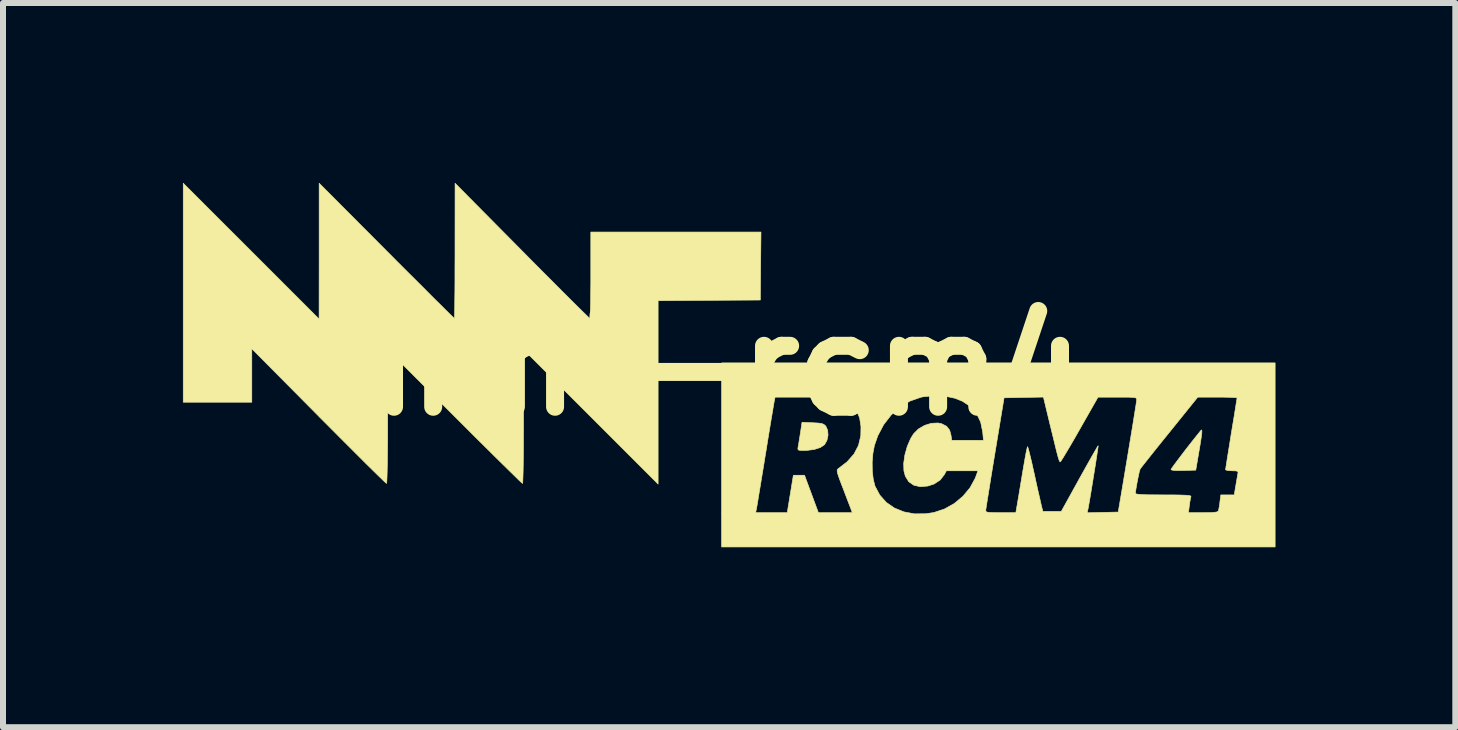
<source format=kicad_pcb>
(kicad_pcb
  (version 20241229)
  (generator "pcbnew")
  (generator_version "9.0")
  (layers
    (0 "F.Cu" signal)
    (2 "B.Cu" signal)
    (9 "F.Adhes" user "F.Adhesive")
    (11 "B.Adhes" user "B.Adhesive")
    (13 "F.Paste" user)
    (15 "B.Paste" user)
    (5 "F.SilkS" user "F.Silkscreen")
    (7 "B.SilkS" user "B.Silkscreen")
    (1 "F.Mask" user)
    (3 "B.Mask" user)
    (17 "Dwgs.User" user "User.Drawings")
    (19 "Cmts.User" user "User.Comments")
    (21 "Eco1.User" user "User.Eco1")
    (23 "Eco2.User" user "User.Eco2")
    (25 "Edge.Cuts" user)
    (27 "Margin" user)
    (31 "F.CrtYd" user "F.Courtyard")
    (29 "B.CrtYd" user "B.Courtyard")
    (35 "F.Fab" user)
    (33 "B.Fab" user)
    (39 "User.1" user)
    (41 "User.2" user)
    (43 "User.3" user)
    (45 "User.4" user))
  (footprint "mnt-rcm4"
    (layer "F.Cu")
    (at 9.107 3.042)
    (property "Reference" "mnt-rcm4" (at 0 0 0) (layer "F.SilkS") (effects (font (size 1.524 1.524) (thickness 0.3))))
    (attr through_hole)
    (fp_poly (pts (xy 7.881 1.095) (xy 7.878 1.142) (xy 7.867 1.221) (xy 7.849 1.336) (xy 7.835 1.418) (xy 7.779 1.746) (xy 7.572 1.752) (xy 7.467 1.753) (xy 7.398 1.749) (xy 7.367 1.739) (xy 7.366 1.736) (xy 7.378 1.715) (xy 7.413 1.666) (xy 7.465 1.596) (xy 7.53 1.51) (xy 7.603 1.414) (xy 7.681 1.314) (xy 7.759 1.215) (xy 7.832 1.124) (xy 7.867 1.081) (xy 7.877 1.076) (xy 7.881 1.095)) (stroke (width 0.01) (type solid)) (fill yes) (layer "F.SilkS"))
    (fp_poly (pts (xy 1.392 0.956) (xy 1.482 0.961) (xy 1.539 0.968) (xy 1.576 0.982) (xy 1.603 1.004) (xy 1.613 1.016) (xy 1.642 1.082) (xy 1.648 1.165) (xy 1.63 1.25) (xy 1.591 1.319) (xy 1.589 1.322) (xy 1.521 1.368) (xy 1.42 1.401) (xy 1.297 1.417) (xy 1.247 1.418) (xy 1.184 1.417) (xy 1.152 1.41) (xy 1.145 1.391) (xy 1.149 1.36) (xy 1.158 1.312) (xy 1.17 1.236) (xy 1.184 1.148) (xy 1.188 1.125) (xy 1.214 0.948) (xy 1.392 0.956)) (stroke (width 0.01) (type solid)) (fill yes) (layer "F.SilkS"))
    (fp_poly (pts (xy -3.454 -1.91) (xy -3.275 -1.729) (xy -3.104 -1.557) (xy -2.943 -1.396) (xy -2.796 -1.248) (xy -2.665 -1.117) (xy -2.551 -1.004) (xy -2.458 -0.912) (xy -2.387 -0.843) (xy -2.342 -0.799) (xy -2.323 -0.783) (xy -2.323 -0.783) (xy -2.319 -0.803) (xy -2.316 -0.861) (xy -2.313 -0.952) (xy -2.31 -1.07) (xy -2.309 -1.211) (xy -2.307 -1.37) (xy -2.307 -1.503) (xy -2.307 -2.223) (xy 0.53 -2.223) (xy 0.524 -1.656) (xy 0.519 -1.09) (xy -0.333 -1.085) (xy -1.185 -1.079) (xy -1.185 1.979) (xy -2.307 0.857) (xy -3.429 -0.264) (xy -3.429 0.852) (xy -3.429 1.065) (xy -3.43 1.265) (xy -3.431 1.447) (xy -3.433 1.608) (xy -3.435 1.745) (xy -3.438 1.852) (xy -3.441 1.927) (xy -3.443 1.964) (xy -3.445 1.968) (xy -3.462 1.954) (xy -3.507 1.912) (xy -3.576 1.844) (xy -3.669 1.753) (xy -3.782 1.642) (xy -3.913 1.513) (xy -4.06 1.367) (xy -4.221 1.208) (xy -4.392 1.037) (xy -4.572 0.857) (xy -4.577 0.852) (xy -5.694 -0.264) (xy -5.694 0.852) (xy -5.694 1.075) (xy -5.695 1.282) (xy -5.697 1.468) (xy -5.699 1.63) (xy -5.702 1.764) (xy -5.705 1.867) (xy -5.708 1.936) (xy -5.712 1.967) (xy -5.713 1.968) (xy -5.73 1.954) (xy -5.775 1.911) (xy -5.845 1.843) (xy -5.938 1.752) (xy -6.051 1.641) (xy -6.182 1.51) (xy -6.328 1.364) (xy -6.488 1.204) (xy -6.659 1.032) (xy -6.839 0.852) (xy -6.845 0.845) (xy -7.959 -0.278) (xy -7.959 0.614) (xy -9.102 0.614) (xy -9.102 -3.037) (xy -7.969 -1.905) (xy -6.837 -0.773) (xy -6.836 -1.905) (xy -6.836 -3.037) (xy -5.713 -1.91) (xy -5.533 -1.729) (xy -5.361 -1.557) (xy -5.2 -1.397) (xy -5.053 -1.25) (xy -4.922 -1.118) (xy -4.808 -1.006) (xy -4.715 -0.913) (xy -4.645 -0.844) (xy -4.599 -0.8) (xy -4.581 -0.783) (xy -4.581 -0.783) (xy -4.58 -0.804) (xy -4.578 -0.863) (xy -4.576 -0.956) (xy -4.575 -1.08) (xy -4.573 -1.231) (xy -4.572 -1.405) (xy -4.572 -1.598) (xy -4.571 -1.806) (xy -4.571 -1.91) (xy -4.57 -3.037) (xy -3.454 -1.91)) (stroke (width 0.01) (type solid)) (fill yes) (layer "F.SilkS"))
    (fp_poly (pts (xy 9.102 3.027) (xy -0.127 3.027) (xy -0.127 2.455) (xy 0.441 2.455) (xy 0.968 2.455) (xy 1.07 1.831) (xy 1.256 1.831) (xy 1.487 2.455) (xy 2.053 2.455) (xy 2.011 2.344) (xy 1.986 2.279) (xy 1.951 2.188) (xy 1.911 2.082) (xy 1.875 1.99) (xy 1.836 1.886) (xy 1.812 1.815) (xy 1.801 1.769) (xy 1.801 1.742) (xy 1.811 1.727) (xy 1.814 1.725) (xy 1.958 1.614) (xy 2.384 1.614) (xy 2.386 1.762) (xy 2.402 1.899) (xy 2.43 2.01) (xy 2.431 2.013) (xy 2.51 2.161) (xy 2.619 2.284) (xy 2.755 2.378) (xy 2.913 2.442) (xy 3.089 2.475) (xy 3.28 2.473) (xy 3.412 2.453) (xy 3.517 2.418) (xy 4.277 2.418) (xy 4.28 2.434) (xy 4.296 2.445) (xy 4.331 2.451) (xy 4.393 2.454) (xy 4.487 2.455) (xy 4.527 2.455) (xy 4.779 2.455) (xy 4.8 2.334) (xy 4.81 2.275) (xy 4.826 2.183) (xy 4.845 2.067) (xy 4.867 1.935) (xy 4.89 1.796) (xy 4.892 1.783) (xy 4.914 1.655) (xy 4.934 1.541) (xy 4.951 1.45) (xy 4.965 1.386) (xy 4.973 1.356) (xy 4.975 1.355) (xy 4.982 1.374) (xy 4.998 1.43) (xy 5.019 1.515) (xy 5.045 1.623) (xy 5.073 1.75) (xy 5.088 1.815) (xy 5.118 1.954) (xy 5.147 2.084) (xy 5.173 2.196) (xy 5.193 2.285) (xy 5.206 2.343) (xy 5.209 2.355) (xy 5.23 2.434) (xy 5.537 2.434) (xy 5.841 1.884) (xy 5.918 1.746) (xy 5.988 1.621) (xy 6.049 1.513) (xy 6.098 1.428) (xy 6.132 1.369) (xy 6.15 1.341) (xy 6.152 1.34) (xy 6.15 1.361) (xy 6.142 1.417) (xy 6.129 1.502) (xy 6.113 1.608) (xy 6.094 1.728) (xy 6.073 1.857) (xy 6.052 1.986) (xy 6.032 2.11) (xy 6.013 2.222) (xy 5.997 2.314) (xy 5.985 2.381) (xy 5.979 2.408) (xy 5.968 2.457) (xy 6.227 2.451) (xy 6.486 2.445) (xy 6.539 2.133) (xy 6.773 2.133) (xy 6.783 2.142) (xy 6.815 2.148) (xy 6.873 2.153) (xy 6.961 2.157) (xy 7.083 2.158) (xy 7.241 2.159) (xy 7.397 2.159) (xy 7.515 2.161) (xy 7.6 2.164) (xy 7.655 2.168) (xy 7.687 2.174) (xy 7.699 2.182) (xy 7.698 2.187) (xy 7.69 2.223) (xy 7.679 2.285) (xy 7.672 2.336) (xy 7.657 2.455) (xy 7.901 2.455) (xy 8.014 2.454) (xy 8.089 2.45) (xy 8.134 2.442) (xy 8.154 2.429) (xy 8.156 2.427) (xy 8.164 2.391) (xy 8.175 2.329) (xy 8.181 2.279) (xy 8.196 2.159) (xy 8.42 2.159) (xy 8.444 2.016) (xy 8.458 1.933) (xy 8.471 1.86) (xy 8.479 1.815) (xy 8.484 1.781) (xy 8.474 1.764) (xy 8.44 1.758) (xy 8.384 1.757) (xy 8.323 1.753) (xy 8.284 1.745) (xy 8.276 1.738) (xy 8.279 1.713) (xy 8.289 1.651) (xy 8.303 1.559) (xy 8.322 1.442) (xy 8.344 1.305) (xy 8.368 1.154) (xy 8.371 1.136) (xy 8.396 0.984) (xy 8.419 0.846) (xy 8.438 0.727) (xy 8.453 0.633) (xy 8.463 0.57) (xy 8.467 0.542) (xy 8.467 0.541) (xy 8.447 0.537) (xy 8.392 0.534) (xy 8.309 0.531) (xy 8.205 0.529) (xy 8.139 0.529) (xy 7.812 0.529) (xy 7.34 1.114) (xy 7.23 1.25) (xy 7.128 1.377) (xy 7.038 1.49) (xy 6.962 1.586) (xy 6.903 1.66) (xy 6.865 1.709) (xy 6.852 1.727) (xy 6.841 1.759) (xy 6.827 1.82) (xy 6.811 1.899) (xy 6.795 1.982) (xy 6.782 2.059) (xy 6.774 2.115) (xy 6.773 2.133) (xy 6.539 2.133) (xy 6.639 1.535) (xy 6.671 1.342) (xy 6.701 1.161) (xy 6.728 0.997) (xy 6.751 0.853) (xy 6.77 0.734) (xy 6.784 0.646) (xy 6.792 0.591) (xy 6.793 0.577) (xy 6.793 0.559) (xy 6.785 0.546) (xy 6.765 0.537) (xy 6.726 0.533) (xy 6.661 0.53) (xy 6.565 0.53) (xy 6.472 0.53) (xy 6.149 0.53) (xy 5.842 1.069) (xy 5.764 1.206) (xy 5.692 1.33) (xy 5.629 1.436) (xy 5.578 1.521) (xy 5.541 1.58) (xy 5.522 1.607) (xy 5.52 1.608) (xy 5.514 1.606) (xy 5.506 1.594) (xy 5.497 1.57) (xy 5.484 1.529) (xy 5.467 1.466) (xy 5.445 1.378) (xy 5.416 1.259) (xy 5.379 1.107) (xy 5.35 0.989) (xy 5.239 0.528) (xy 4.583 0.54) (xy 4.431 1.46) (xy 4.399 1.654) (xy 4.369 1.835) (xy 4.343 1.999) (xy 4.32 2.143) (xy 4.301 2.261) (xy 4.287 2.349) (xy 4.279 2.403) (xy 4.277 2.418) (xy 3.517 2.418) (xy 3.588 2.395) (xy 3.752 2.303) (xy 3.897 2.182) (xy 4.016 2.039) (xy 4.103 1.879) (xy 4.115 1.846) (xy 4.147 1.757) (xy 3.621 1.757) (xy 3.589 1.818) (xy 3.518 1.91) (xy 3.416 1.977) (xy 3.312 2.011) (xy 3.184 2.022) (xy 3.077 1.997) (xy 2.994 1.939) (xy 2.937 1.848) (xy 2.913 1.758) (xy 2.909 1.634) (xy 2.929 1.493) (xy 2.969 1.35) (xy 3.026 1.219) (xy 3.074 1.141) (xy 3.155 1.06) (xy 3.258 1) (xy 3.371 0.965) (xy 3.482 0.96) (xy 3.541 0.972) (xy 3.625 1.015) (xy 3.676 1.081) (xy 3.698 1.163) (xy 3.71 1.249) (xy 4.239 1.249) (xy 4.227 1.113) (xy 4.193 0.946) (xy 4.125 0.803) (xy 4.024 0.687) (xy 3.89 0.598) (xy 3.766 0.548) (xy 3.648 0.523) (xy 3.507 0.51) (xy 3.362 0.51) (xy 3.23 0.524) (xy 3.196 0.531) (xy 3.015 0.594) (xy 2.849 0.694) (xy 2.701 0.826) (xy 2.576 0.987) (xy 2.478 1.172) (xy 2.421 1.335) (xy 2.396 1.467) (xy 2.384 1.614) (xy 1.958 1.614) (xy 1.968 1.606) (xy 2.081 1.477) (xy 2.156 1.334) (xy 2.194 1.174) (xy 2.197 1.019) (xy 2.175 0.876) (xy 2.128 0.763) (xy 2.052 0.675) (xy 2.025 0.653) (xy 1.969 0.616) (xy 1.912 0.587) (xy 1.849 0.565) (xy 1.772 0.549) (xy 1.676 0.539) (xy 1.555 0.533) (xy 1.403 0.53) (xy 1.247 0.529) (xy 0.765 0.529) (xy 0.753 0.587) (xy 0.747 0.621) (xy 0.735 0.691) (xy 0.718 0.793) (xy 0.696 0.923) (xy 0.671 1.075) (xy 0.643 1.245) (xy 0.614 1.428) (xy 0.603 1.492) (xy 0.573 1.679) (xy 0.544 1.853) (xy 0.518 2.012) (xy 0.495 2.15) (xy 0.477 2.262) (xy 0.463 2.344) (xy 0.455 2.39) (xy 0.453 2.397) (xy 0.441 2.455) (xy -0.127 2.455) (xy -0.127 -0.042) (xy 9.102 -0.042) (xy 9.102 3.027)) (stroke (width 0.01) (type solid)) (fill yes) (layer "F.SilkS")))
  (gr_rect
    (start -3 -3)
    (end 21.213 9.074)
    (stroke (width 0.1) (type default))
    (fill no)
    (layer "Edge.Cuts")))
</source>
